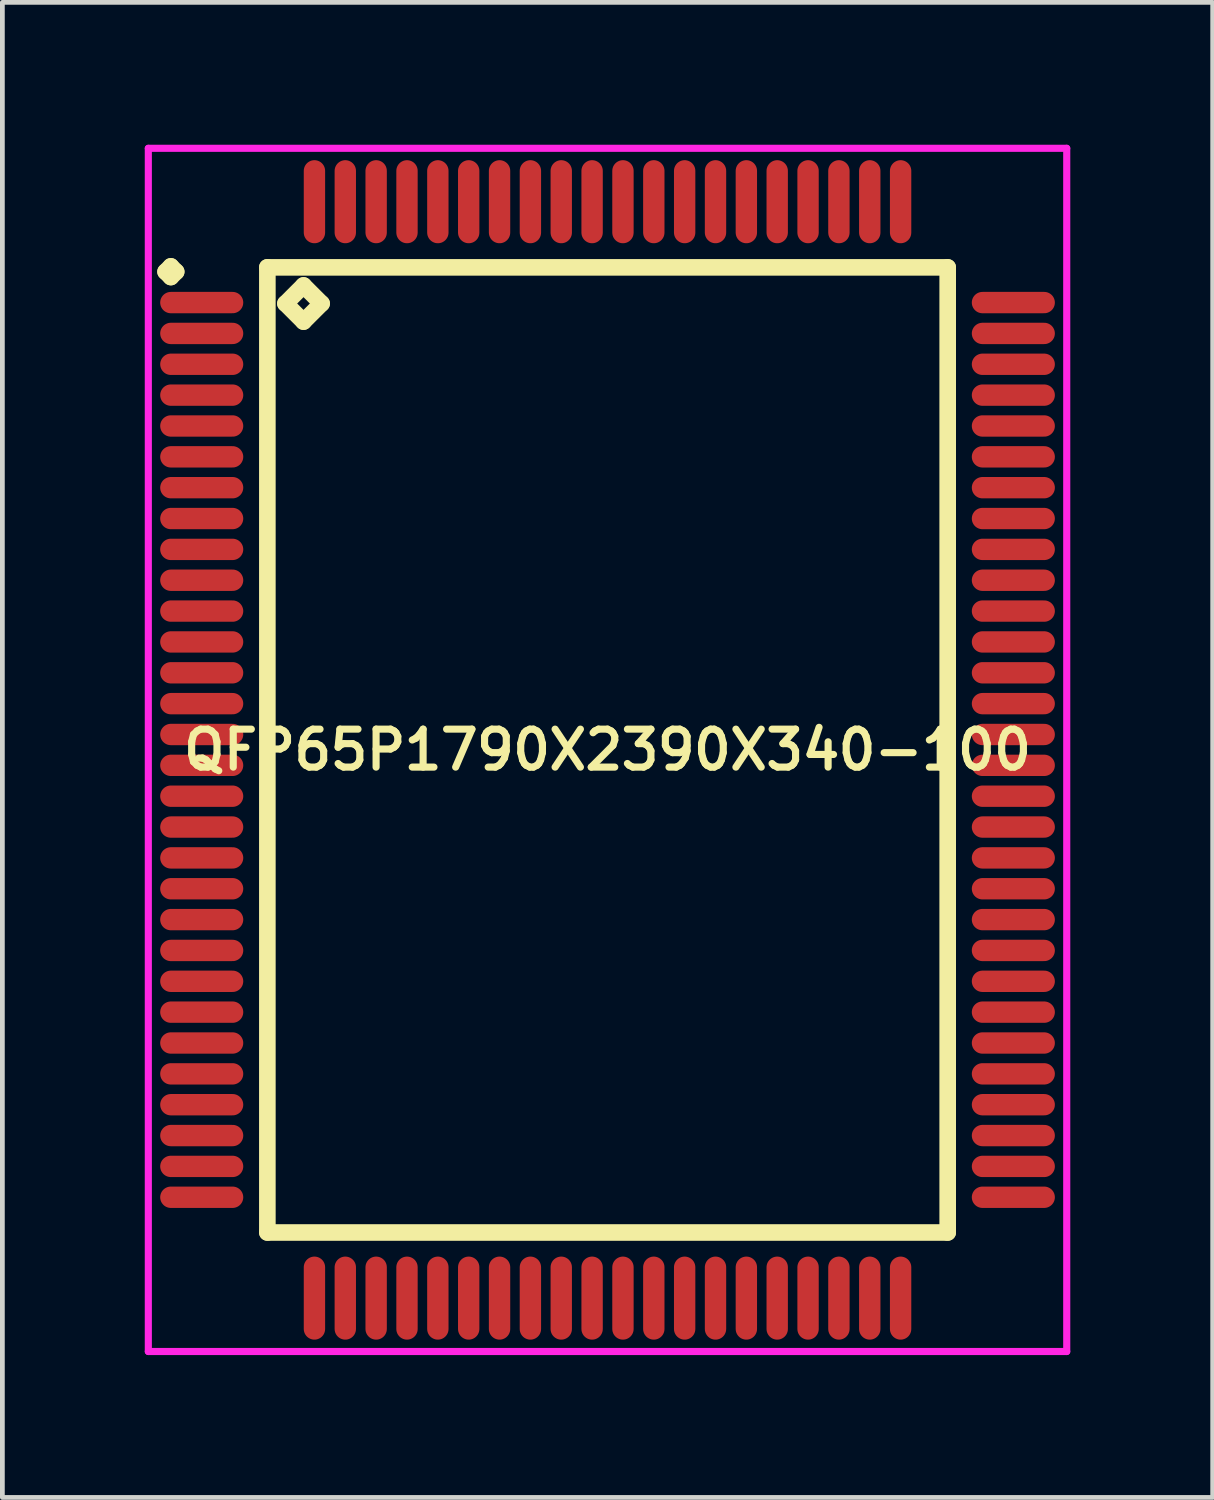
<source format=kicad_pcb>
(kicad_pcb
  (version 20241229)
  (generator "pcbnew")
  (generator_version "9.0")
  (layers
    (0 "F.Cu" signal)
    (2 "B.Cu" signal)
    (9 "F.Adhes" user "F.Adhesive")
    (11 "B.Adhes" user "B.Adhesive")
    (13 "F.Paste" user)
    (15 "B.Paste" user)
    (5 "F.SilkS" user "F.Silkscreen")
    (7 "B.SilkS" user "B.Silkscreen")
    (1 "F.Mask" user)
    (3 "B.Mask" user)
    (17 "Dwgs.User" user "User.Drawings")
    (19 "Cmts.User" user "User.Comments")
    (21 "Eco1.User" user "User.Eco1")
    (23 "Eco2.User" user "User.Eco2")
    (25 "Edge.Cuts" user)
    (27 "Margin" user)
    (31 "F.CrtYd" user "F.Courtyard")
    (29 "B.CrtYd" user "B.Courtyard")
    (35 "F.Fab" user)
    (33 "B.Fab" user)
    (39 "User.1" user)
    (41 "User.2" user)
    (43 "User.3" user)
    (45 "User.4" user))
  (footprint "QFP65P1790X2390X340-100"
    (layer "F.Cu")
    (at 9.75 12.75)
    (property "Reference" "QFP65P1790X2390X340-100" (at 0 0 0) (layer "F.SilkS") (effects (font (size 0.8 0.8) (thickness 0.15))))
    (attr smd)
    (fp_line (start -9.312 -10.075) (end -9.2 -10.188) (stroke (width 0.35) (type solid)) (layer "F.SilkS"))
    (fp_line (start -9.2 -10.188) (end -9.088 -10.075) (stroke (width 0.35) (type solid)) (layer "F.SilkS"))
    (fp_line (start -9.2 -9.963) (end -9.312 -10.075) (stroke (width 0.35) (type solid)) (layer "F.SilkS"))
    (fp_line (start -9.088 -10.075) (end -9.2 -9.963) (stroke (width 0.35) (type solid)) (layer "F.SilkS"))
    (fp_line (start -7.167 -10.167) (end -7.167 10.167) (stroke (width 0.35) (type solid)) (layer "F.SilkS"))
    (fp_line (start -7.167 10.167) (end 7.167 10.167) (stroke (width 0.35) (type solid)) (layer "F.SilkS"))
    (fp_line (start -6.786 -9.405) (end -6.405 -9.786) (stroke (width 0.35) (type solid)) (layer "F.SilkS"))
    (fp_line (start -6.405 -9.786) (end -6.024 -9.405) (stroke (width 0.35) (type solid)) (layer "F.SilkS"))
    (fp_line (start -6.405 -9.024) (end -6.786 -9.405) (stroke (width 0.35) (type solid)) (layer "F.SilkS"))
    (fp_line (start -6.024 -9.405) (end -6.405 -9.024) (stroke (width 0.35) (type solid)) (layer "F.SilkS"))
    (fp_line (start 7.167 -10.167) (end -7.167 -10.167) (stroke (width 0.35) (type solid)) (layer "F.SilkS"))
    (fp_line (start 7.167 10.167) (end 7.167 -10.167) (stroke (width 0.35) (type solid)) (layer "F.SilkS"))
    (fp_line (start -9.675 -12.675) (end 9.675 -12.675) (stroke (width 0.15) (type solid)) (layer "F.CrtYd"))
    (fp_line (start -9.675 12.675) (end -9.675 -12.675) (stroke (width 0.15) (type solid)) (layer "F.CrtYd"))
    (fp_line (start 9.675 -12.675) (end 9.675 12.675) (stroke (width 0.15) (type solid)) (layer "F.CrtYd"))
    (fp_line (start 9.675 12.675) (end -9.675 12.675) (stroke (width 0.15) (type solid)) (layer "F.CrtYd"))
    (pad "1" smd oval (at -8.55 -9.425) (size 1.75 0.45) (layers "F.Cu" "F.Mask" "F.Paste"))
    (pad "2" smd oval (at -8.55 -8.775) (size 1.75 0.45) (layers "F.Cu" "F.Mask" "F.Paste"))
    (pad "3" smd oval (at -8.55 -8.125) (size 1.75 0.45) (layers "F.Cu" "F.Mask" "F.Paste"))
    (pad "4" smd oval (at -8.55 -7.475) (size 1.75 0.45) (layers "F.Cu" "F.Mask" "F.Paste"))
    (pad "5" smd oval (at -8.55 -6.825) (size 1.75 0.45) (layers "F.Cu" "F.Mask" "F.Paste"))
    (pad "6" smd oval (at -8.55 -6.175) (size 1.75 0.45) (layers "F.Cu" "F.Mask" "F.Paste"))
    (pad "7" smd oval (at -8.55 -5.525) (size 1.75 0.45) (layers "F.Cu" "F.Mask" "F.Paste"))
    (pad "8" smd oval (at -8.55 -4.875) (size 1.75 0.45) (layers "F.Cu" "F.Mask" "F.Paste"))
    (pad "9" smd oval (at -8.55 -4.225) (size 1.75 0.45) (layers "F.Cu" "F.Mask" "F.Paste"))
    (pad "10" smd oval (at -8.55 -3.575) (size 1.75 0.45) (layers "F.Cu" "F.Mask" "F.Paste"))
    (pad "11" smd oval (at -8.55 -2.925) (size 1.75 0.45) (layers "F.Cu" "F.Mask" "F.Paste"))
    (pad "12" smd oval (at -8.55 -2.275) (size 1.75 0.45) (layers "F.Cu" "F.Mask" "F.Paste"))
    (pad "13" smd oval (at -8.55 -1.625) (size 1.75 0.45) (layers "F.Cu" "F.Mask" "F.Paste"))
    (pad "14" smd oval (at -8.55 -0.975) (size 1.75 0.45) (layers "F.Cu" "F.Mask" "F.Paste"))
    (pad "15" smd oval (at -8.55 -0.325) (size 1.75 0.45) (layers "F.Cu" "F.Mask" "F.Paste"))
    (pad "16" smd oval (at -8.55 0.325) (size 1.75 0.45) (layers "F.Cu" "F.Mask" "F.Paste"))
    (pad "17" smd oval (at -8.55 0.975) (size 1.75 0.45) (layers "F.Cu" "F.Mask" "F.Paste"))
    (pad "18" smd oval (at -8.55 1.625) (size 1.75 0.45) (layers "F.Cu" "F.Mask" "F.Paste"))
    (pad "19" smd oval (at -8.55 2.275) (size 1.75 0.45) (layers "F.Cu" "F.Mask" "F.Paste"))
    (pad "20" smd oval (at -8.55 2.925) (size 1.75 0.45) (layers "F.Cu" "F.Mask" "F.Paste"))
    (pad "21" smd oval (at -8.55 3.575) (size 1.75 0.45) (layers "F.Cu" "F.Mask" "F.Paste"))
    (pad "22" smd oval (at -8.55 4.225) (size 1.75 0.45) (layers "F.Cu" "F.Mask" "F.Paste"))
    (pad "23" smd oval (at -8.55 4.875) (size 1.75 0.45) (layers "F.Cu" "F.Mask" "F.Paste"))
    (pad "24" smd oval (at -8.55 5.525) (size 1.75 0.45) (layers "F.Cu" "F.Mask" "F.Paste"))
    (pad "25" smd oval (at -8.55 6.175) (size 1.75 0.45) (layers "F.Cu" "F.Mask" "F.Paste"))
    (pad "26" smd oval (at -8.55 6.825) (size 1.75 0.45) (layers "F.Cu" "F.Mask" "F.Paste"))
    (pad "27" smd oval (at -8.55 7.475) (size 1.75 0.45) (layers "F.Cu" "F.Mask" "F.Paste"))
    (pad "28" smd oval (at -8.55 8.125) (size 1.75 0.45) (layers "F.Cu" "F.Mask" "F.Paste"))
    (pad "29" smd oval (at -8.55 8.775) (size 1.75 0.45) (layers "F.Cu" "F.Mask" "F.Paste"))
    (pad "30" smd oval (at -8.55 9.425) (size 1.75 0.45) (layers "F.Cu" "F.Mask" "F.Paste"))
    (pad "31" smd oval (at -6.175 11.55) (size 0.45 1.75) (layers "F.Cu" "F.Mask" "F.Paste"))
    (pad "32" smd oval (at -5.525 11.55) (size 0.45 1.75) (layers "F.Cu" "F.Mask" "F.Paste"))
    (pad "33" smd oval (at -4.875 11.55) (size 0.45 1.75) (layers "F.Cu" "F.Mask" "F.Paste"))
    (pad "34" smd oval (at -4.225 11.55) (size 0.45 1.75) (layers "F.Cu" "F.Mask" "F.Paste"))
    (pad "35" smd oval (at -3.575 11.55) (size 0.45 1.75) (layers "F.Cu" "F.Mask" "F.Paste"))
    (pad "36" smd oval (at -2.925 11.55) (size 0.45 1.75) (layers "F.Cu" "F.Mask" "F.Paste"))
    (pad "37" smd oval (at -2.275 11.55) (size 0.45 1.75) (layers "F.Cu" "F.Mask" "F.Paste"))
    (pad "38" smd oval (at -1.625 11.55) (size 0.45 1.75) (layers "F.Cu" "F.Mask" "F.Paste"))
    (pad "39" smd oval (at -0.975 11.55) (size 0.45 1.75) (layers "F.Cu" "F.Mask" "F.Paste"))
    (pad "40" smd oval (at -0.325 11.55) (size 0.45 1.75) (layers "F.Cu" "F.Mask" "F.Paste"))
    (pad "41" smd oval (at 0.325 11.55) (size 0.45 1.75) (layers "F.Cu" "F.Mask" "F.Paste"))
    (pad "42" smd oval (at 0.975 11.55) (size 0.45 1.75) (layers "F.Cu" "F.Mask" "F.Paste"))
    (pad "43" smd oval (at 1.625 11.55) (size 0.45 1.75) (layers "F.Cu" "F.Mask" "F.Paste"))
    (pad "44" smd oval (at 2.275 11.55) (size 0.45 1.75) (layers "F.Cu" "F.Mask" "F.Paste"))
    (pad "45" smd oval (at 2.925 11.55) (size 0.45 1.75) (layers "F.Cu" "F.Mask" "F.Paste"))
    (pad "46" smd oval (at 3.575 11.55) (size 0.45 1.75) (layers "F.Cu" "F.Mask" "F.Paste"))
    (pad "47" smd oval (at 4.225 11.55) (size 0.45 1.75) (layers "F.Cu" "F.Mask" "F.Paste"))
    (pad "48" smd oval (at 4.875 11.55) (size 0.45 1.75) (layers "F.Cu" "F.Mask" "F.Paste"))
    (pad "49" smd oval (at 5.525 11.55) (size 0.45 1.75) (layers "F.Cu" "F.Mask" "F.Paste"))
    (pad "50" smd oval (at 6.175 11.55) (size 0.45 1.75) (layers "F.Cu" "F.Mask" "F.Paste"))
    (pad "51" smd oval (at 8.55 9.425) (size 1.75 0.45) (layers "F.Cu" "F.Mask" "F.Paste"))
    (pad "52" smd oval (at 8.55 8.775) (size 1.75 0.45) (layers "F.Cu" "F.Mask" "F.Paste"))
    (pad "53" smd oval (at 8.55 8.125) (size 1.75 0.45) (layers "F.Cu" "F.Mask" "F.Paste"))
    (pad "54" smd oval (at 8.55 7.475) (size 1.75 0.45) (layers "F.Cu" "F.Mask" "F.Paste"))
    (pad "55" smd oval (at 8.55 6.825) (size 1.75 0.45) (layers "F.Cu" "F.Mask" "F.Paste"))
    (pad "56" smd oval (at 8.55 6.175) (size 1.75 0.45) (layers "F.Cu" "F.Mask" "F.Paste"))
    (pad "57" smd oval (at 8.55 5.525) (size 1.75 0.45) (layers "F.Cu" "F.Mask" "F.Paste"))
    (pad "58" smd oval (at 8.55 4.875) (size 1.75 0.45) (layers "F.Cu" "F.Mask" "F.Paste"))
    (pad "59" smd oval (at 8.55 4.225) (size 1.75 0.45) (layers "F.Cu" "F.Mask" "F.Paste"))
    (pad "60" smd oval (at 8.55 3.575) (size 1.75 0.45) (layers "F.Cu" "F.Mask" "F.Paste"))
    (pad "61" smd oval (at 8.55 2.925) (size 1.75 0.45) (layers "F.Cu" "F.Mask" "F.Paste"))
    (pad "62" smd oval (at 8.55 2.275) (size 1.75 0.45) (layers "F.Cu" "F.Mask" "F.Paste"))
    (pad "63" smd oval (at 8.55 1.625) (size 1.75 0.45) (layers "F.Cu" "F.Mask" "F.Paste"))
    (pad "64" smd oval (at 8.55 0.975) (size 1.75 0.45) (layers "F.Cu" "F.Mask" "F.Paste"))
    (pad "65" smd oval (at 8.55 0.325) (size 1.75 0.45) (layers "F.Cu" "F.Mask" "F.Paste"))
    (pad "66" smd oval (at 8.55 -0.325) (size 1.75 0.45) (layers "F.Cu" "F.Mask" "F.Paste"))
    (pad "67" smd oval (at 8.55 -0.975) (size 1.75 0.45) (layers "F.Cu" "F.Mask" "F.Paste"))
    (pad "68" smd oval (at 8.55 -1.625) (size 1.75 0.45) (layers "F.Cu" "F.Mask" "F.Paste"))
    (pad "69" smd oval (at 8.55 -2.275) (size 1.75 0.45) (layers "F.Cu" "F.Mask" "F.Paste"))
    (pad "70" smd oval (at 8.55 -2.925) (size 1.75 0.45) (layers "F.Cu" "F.Mask" "F.Paste"))
    (pad "71" smd oval (at 8.55 -3.575) (size 1.75 0.45) (layers "F.Cu" "F.Mask" "F.Paste"))
    (pad "72" smd oval (at 8.55 -4.225) (size 1.75 0.45) (layers "F.Cu" "F.Mask" "F.Paste"))
    (pad "73" smd oval (at 8.55 -4.875) (size 1.75 0.45) (layers "F.Cu" "F.Mask" "F.Paste"))
    (pad "74" smd oval (at 8.55 -5.525) (size 1.75 0.45) (layers "F.Cu" "F.Mask" "F.Paste"))
    (pad "75" smd oval (at 8.55 -6.175) (size 1.75 0.45) (layers "F.Cu" "F.Mask" "F.Paste"))
    (pad "76" smd oval (at 8.55 -6.825) (size 1.75 0.45) (layers "F.Cu" "F.Mask" "F.Paste"))
    (pad "77" smd oval (at 8.55 -7.475) (size 1.75 0.45) (layers "F.Cu" "F.Mask" "F.Paste"))
    (pad "78" smd oval (at 8.55 -8.125) (size 1.75 0.45) (layers "F.Cu" "F.Mask" "F.Paste"))
    (pad "79" smd oval (at 8.55 -8.775) (size 1.75 0.45) (layers "F.Cu" "F.Mask" "F.Paste"))
    (pad "80" smd oval (at 8.55 -9.425) (size 1.75 0.45) (layers "F.Cu" "F.Mask" "F.Paste"))
    (pad "81" smd oval (at 6.175 -11.55) (size 0.45 1.75) (layers "F.Cu" "F.Mask" "F.Paste"))
    (pad "82" smd oval (at 5.525 -11.55) (size 0.45 1.75) (layers "F.Cu" "F.Mask" "F.Paste"))
    (pad "83" smd oval (at 4.875 -11.55) (size 0.45 1.75) (layers "F.Cu" "F.Mask" "F.Paste"))
    (pad "84" smd oval (at 4.225 -11.55) (size 0.45 1.75) (layers "F.Cu" "F.Mask" "F.Paste"))
    (pad "85" smd oval (at 3.575 -11.55) (size 0.45 1.75) (layers "F.Cu" "F.Mask" "F.Paste"))
    (pad "86" smd oval (at 2.925 -11.55) (size 0.45 1.75) (layers "F.Cu" "F.Mask" "F.Paste"))
    (pad "87" smd oval (at 2.275 -11.55) (size 0.45 1.75) (layers "F.Cu" "F.Mask" "F.Paste"))
    (pad "88" smd oval (at 1.625 -11.55) (size 0.45 1.75) (layers "F.Cu" "F.Mask" "F.Paste"))
    (pad "89" smd oval (at 0.975 -11.55) (size 0.45 1.75) (layers "F.Cu" "F.Mask" "F.Paste"))
    (pad "90" smd oval (at 0.325 -11.55) (size 0.45 1.75) (layers "F.Cu" "F.Mask" "F.Paste"))
    (pad "91" smd oval (at -0.325 -11.55) (size 0.45 1.75) (layers "F.Cu" "F.Mask" "F.Paste"))
    (pad "92" smd oval (at -0.975 -11.55) (size 0.45 1.75) (layers "F.Cu" "F.Mask" "F.Paste"))
    (pad "93" smd oval (at -1.625 -11.55) (size 0.45 1.75) (layers "F.Cu" "F.Mask" "F.Paste"))
    (pad "94" smd oval (at -2.275 -11.55) (size 0.45 1.75) (layers "F.Cu" "F.Mask" "F.Paste"))
    (pad "95" smd oval (at -2.925 -11.55) (size 0.45 1.75) (layers "F.Cu" "F.Mask" "F.Paste"))
    (pad "96" smd oval (at -3.575 -11.55) (size 0.45 1.75) (layers "F.Cu" "F.Mask" "F.Paste"))
    (pad "97" smd oval (at -4.225 -11.55) (size 0.45 1.75) (layers "F.Cu" "F.Mask" "F.Paste"))
    (pad "98" smd oval (at -4.875 -11.55) (size 0.45 1.75) (layers "F.Cu" "F.Mask" "F.Paste"))
    (pad "99" smd oval (at -5.525 -11.55) (size 0.45 1.75) (layers "F.Cu" "F.Mask" "F.Paste"))
    (pad "100" smd oval (at -6.175 -11.55) (size 0.45 1.75) (layers "F.Cu" "F.Mask" "F.Paste")))
  (gr_rect
    (start -3 -3)
    (end 22.5 28.5)
    (stroke (width 0.1) (type default))
    (fill no)
    (layer "Edge.Cuts")))
</source>
